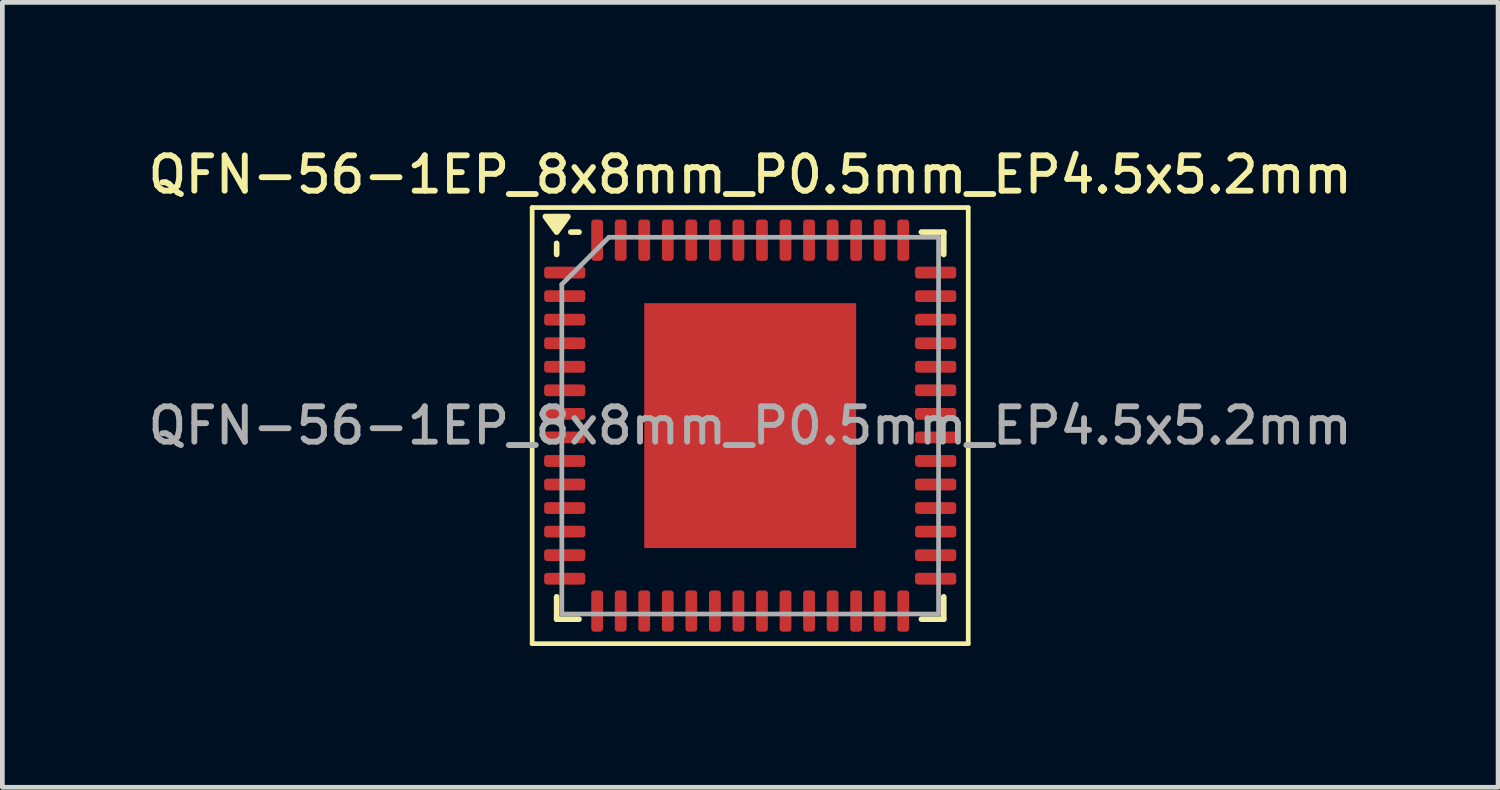
<source format=kicad_pcb>
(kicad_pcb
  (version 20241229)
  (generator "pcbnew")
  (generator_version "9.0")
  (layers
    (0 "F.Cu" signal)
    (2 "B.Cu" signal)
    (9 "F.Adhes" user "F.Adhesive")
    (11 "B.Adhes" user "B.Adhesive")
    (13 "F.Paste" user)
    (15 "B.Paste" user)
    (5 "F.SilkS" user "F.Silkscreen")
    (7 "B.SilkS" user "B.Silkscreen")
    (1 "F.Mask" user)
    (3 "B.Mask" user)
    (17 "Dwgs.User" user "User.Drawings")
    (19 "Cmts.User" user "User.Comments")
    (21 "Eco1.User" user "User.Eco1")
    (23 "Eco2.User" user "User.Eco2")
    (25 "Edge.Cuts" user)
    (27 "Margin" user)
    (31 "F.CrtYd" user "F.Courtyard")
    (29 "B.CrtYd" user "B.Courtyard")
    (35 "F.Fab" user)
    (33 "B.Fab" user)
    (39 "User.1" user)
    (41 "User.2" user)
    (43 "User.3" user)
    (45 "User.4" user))
  (footprint "QFN-56-1EP_8x8mm_P0.5mm_EP4.5x5.2mm"
    (layer "F.Cu")
    (at 12.88 5.988)
    (property "Reference" "QFN-56-1EP_8x8mm_P0.5mm_EP4.5x5.2mm" (at 0 -5.33 0) (layer "F.SilkS") (effects (font (size 0.75 0.75) (thickness 0.125))))
    (attr smd)
    (fp_line (start -4.63 -4.63) (end -4.63 4.63) (stroke (width 0.1) (type solid)) (layer "F.SilkS"))
    (fp_line (start -4.63 4.63) (end 4.63 4.63) (stroke (width 0.1) (type solid)) (layer "F.SilkS"))
    (fp_line (start -4.11 -3.635) (end -4.11 -3.87) (stroke (width 0.12) (type solid)) (layer "F.SilkS"))
    (fp_line (start -4.11 4.11) (end -4.11 3.635) (stroke (width 0.12) (type solid)) (layer "F.SilkS"))
    (fp_line (start -3.635 -4.11) (end -3.81 -4.11) (stroke (width 0.12) (type solid)) (layer "F.SilkS"))
    (fp_line (start -3.635 4.11) (end -4.11 4.11) (stroke (width 0.12) (type solid)) (layer "F.SilkS"))
    (fp_line (start 3.635 -4.11) (end 4.11 -4.11) (stroke (width 0.12) (type solid)) (layer "F.SilkS"))
    (fp_line (start 3.635 4.11) (end 4.11 4.11) (stroke (width 0.12) (type solid)) (layer "F.SilkS"))
    (fp_line (start 4.11 -4.11) (end 4.11 -3.635) (stroke (width 0.12) (type solid)) (layer "F.SilkS"))
    (fp_line (start 4.11 4.11) (end 4.11 3.635) (stroke (width 0.12) (type solid)) (layer "F.SilkS"))
    (fp_line (start 4.63 -4.63) (end -4.63 -4.63) (stroke (width 0.1) (type solid)) (layer "F.SilkS"))
    (fp_line (start 4.63 4.63) (end 4.63 -4.63) (stroke (width 0.1) (type solid)) (layer "F.SilkS"))
    (fp_poly (pts (xy -4.11 -4.11) (xy -4.35 -4.44) (xy -3.87 -4.44) (xy -4.11 -4.11)) (stroke (width 0.12) (type solid)) (fill yes) (layer "F.SilkS"))
    (fp_line (start -4 -3) (end -3 -4) (stroke (width 0.1) (type solid)) (layer "F.Fab"))
    (fp_line (start -4 4) (end -4 -3) (stroke (width 0.1) (type solid)) (layer "F.Fab"))
    (fp_line (start -3 -4) (end 4 -4) (stroke (width 0.1) (type solid)) (layer "F.Fab"))
    (fp_line (start 4 -4) (end 4 4) (stroke (width 0.1) (type solid)) (layer "F.Fab"))
    (fp_line (start 4 4) (end -4 4) (stroke (width 0.1) (type solid)) (layer "F.Fab"))
    (fp_text user "${REFERENCE}" (at 0 0 0) (layer "F.Fab") (effects (font (size 0.75 0.75) (thickness 0.125))))
    (pad "" smd roundrect (at -1.68 -1.95) (size 0.91 1.05) (layers "F.Paste") (roundrect_rratio 0.25))
    (pad "" smd roundrect (at -1.68 -0.65) (size 0.91 1.05) (layers "F.Paste") (roundrect_rratio 0.25))
    (pad "" smd roundrect (at -1.68 0.65) (size 0.91 1.05) (layers "F.Paste") (roundrect_rratio 0.25))
    (pad "" smd roundrect (at -1.68 1.95) (size 0.91 1.05) (layers "F.Paste") (roundrect_rratio 0.25))
    (pad "" smd roundrect (at -0.56 -1.95) (size 0.91 1.05) (layers "F.Paste") (roundrect_rratio 0.25))
    (pad "" smd roundrect (at -0.56 -0.65) (size 0.91 1.05) (layers "F.Paste") (roundrect_rratio 0.25))
    (pad "" smd roundrect (at -0.56 0.65) (size 0.91 1.05) (layers "F.Paste") (roundrect_rratio 0.25))
    (pad "" smd roundrect (at -0.56 1.95) (size 0.91 1.05) (layers "F.Paste") (roundrect_rratio 0.25))
    (pad "" smd roundrect (at 0.56 -1.95) (size 0.91 1.05) (layers "F.Paste") (roundrect_rratio 0.25))
    (pad "" smd roundrect (at 0.56 -0.65) (size 0.91 1.05) (layers "F.Paste") (roundrect_rratio 0.25))
    (pad "" smd roundrect (at 0.56 0.65) (size 0.91 1.05) (layers "F.Paste") (roundrect_rratio 0.25))
    (pad "" smd roundrect (at 0.56 1.95) (size 0.91 1.05) (layers "F.Paste") (roundrect_rratio 0.25))
    (pad "" smd roundrect (at 1.68 -1.95) (size 0.91 1.05) (layers "F.Paste") (roundrect_rratio 0.25))
    (pad "" smd roundrect (at 1.68 -0.65) (size 0.91 1.05) (layers "F.Paste") (roundrect_rratio 0.25))
    (pad "" smd roundrect (at 1.68 0.65) (size 0.91 1.05) (layers "F.Paste") (roundrect_rratio 0.25))
    (pad "" smd roundrect (at 1.68 1.95) (size 0.91 1.05) (layers "F.Paste") (roundrect_rratio 0.25))
    (pad "1" smd roundrect (at -3.938 -3.25) (size 0.875 0.25) (layers "F.Cu" "F.Mask" "F.Paste") (roundrect_rratio 0.25))
    (pad "2" smd roundrect (at -3.938 -2.75) (size 0.875 0.25) (layers "F.Cu" "F.Mask" "F.Paste") (roundrect_rratio 0.25))
    (pad "3" smd roundrect (at -3.938 -2.25) (size 0.875 0.25) (layers "F.Cu" "F.Mask" "F.Paste") (roundrect_rratio 0.25))
    (pad "4" smd roundrect (at -3.938 -1.75) (size 0.875 0.25) (layers "F.Cu" "F.Mask" "F.Paste") (roundrect_rratio 0.25))
    (pad "5" smd roundrect (at -3.938 -1.25) (size 0.875 0.25) (layers "F.Cu" "F.Mask" "F.Paste") (roundrect_rratio 0.25))
    (pad "6" smd roundrect (at -3.938 -0.75) (size 0.875 0.25) (layers "F.Cu" "F.Mask" "F.Paste") (roundrect_rratio 0.25))
    (pad "7" smd roundrect (at -3.938 -0.25) (size 0.875 0.25) (layers "F.Cu" "F.Mask" "F.Paste") (roundrect_rratio 0.25))
    (pad "8" smd roundrect (at -3.938 0.25) (size 0.875 0.25) (layers "F.Cu" "F.Mask" "F.Paste") (roundrect_rratio 0.25))
    (pad "9" smd roundrect (at -3.938 0.75) (size 0.875 0.25) (layers "F.Cu" "F.Mask" "F.Paste") (roundrect_rratio 0.25))
    (pad "10" smd roundrect (at -3.938 1.25) (size 0.875 0.25) (layers "F.Cu" "F.Mask" "F.Paste") (roundrect_rratio 0.25))
    (pad "11" smd roundrect (at -3.938 1.75) (size 0.875 0.25) (layers "F.Cu" "F.Mask" "F.Paste") (roundrect_rratio 0.25))
    (pad "12" smd roundrect (at -3.938 2.25) (size 0.875 0.25) (layers "F.Cu" "F.Mask" "F.Paste") (roundrect_rratio 0.25))
    (pad "13" smd roundrect (at -3.938 2.75) (size 0.875 0.25) (layers "F.Cu" "F.Mask" "F.Paste") (roundrect_rratio 0.25))
    (pad "14" smd roundrect (at -3.938 3.25) (size 0.875 0.25) (layers "F.Cu" "F.Mask" "F.Paste") (roundrect_rratio 0.25))
    (pad "15" smd roundrect (at -3.25 3.938) (size 0.25 0.875) (layers "F.Cu" "F.Mask" "F.Paste") (roundrect_rratio 0.25))
    (pad "16" smd roundrect (at -2.75 3.938) (size 0.25 0.875) (layers "F.Cu" "F.Mask" "F.Paste") (roundrect_rratio 0.25))
    (pad "17" smd roundrect (at -2.25 3.938) (size 0.25 0.875) (layers "F.Cu" "F.Mask" "F.Paste") (roundrect_rratio 0.25))
    (pad "18" smd roundrect (at -1.75 3.938) (size 0.25 0.875) (layers "F.Cu" "F.Mask" "F.Paste") (roundrect_rratio 0.25))
    (pad "19" smd roundrect (at -1.25 3.938) (size 0.25 0.875) (layers "F.Cu" "F.Mask" "F.Paste") (roundrect_rratio 0.25))
    (pad "20" smd roundrect (at -0.75 3.938) (size 0.25 0.875) (layers "F.Cu" "F.Mask" "F.Paste") (roundrect_rratio 0.25))
    (pad "21" smd roundrect (at -0.25 3.938) (size 0.25 0.875) (layers "F.Cu" "F.Mask" "F.Paste") (roundrect_rratio 0.25))
    (pad "22" smd roundrect (at 0.25 3.938) (size 0.25 0.875) (layers "F.Cu" "F.Mask" "F.Paste") (roundrect_rratio 0.25))
    (pad "23" smd roundrect (at 0.75 3.938) (size 0.25 0.875) (layers "F.Cu" "F.Mask" "F.Paste") (roundrect_rratio 0.25))
    (pad "24" smd roundrect (at 1.25 3.938) (size 0.25 0.875) (layers "F.Cu" "F.Mask" "F.Paste") (roundrect_rratio 0.25))
    (pad "25" smd roundrect (at 1.75 3.938) (size 0.25 0.875) (layers "F.Cu" "F.Mask" "F.Paste") (roundrect_rratio 0.25))
    (pad "26" smd roundrect (at 2.25 3.938) (size 0.25 0.875) (layers "F.Cu" "F.Mask" "F.Paste") (roundrect_rratio 0.25))
    (pad "27" smd roundrect (at 2.75 3.938) (size 0.25 0.875) (layers "F.Cu" "F.Mask" "F.Paste") (roundrect_rratio 0.25))
    (pad "28" smd roundrect (at 3.25 3.938) (size 0.25 0.875) (layers "F.Cu" "F.Mask" "F.Paste") (roundrect_rratio 0.25))
    (pad "29" smd roundrect (at 3.938 3.25) (size 0.875 0.25) (layers "F.Cu" "F.Mask" "F.Paste") (roundrect_rratio 0.25))
    (pad "30" smd roundrect (at 3.938 2.75) (size 0.875 0.25) (layers "F.Cu" "F.Mask" "F.Paste") (roundrect_rratio 0.25))
    (pad "31" smd roundrect (at 3.938 2.25) (size 0.875 0.25) (layers "F.Cu" "F.Mask" "F.Paste") (roundrect_rratio 0.25))
    (pad "32" smd roundrect (at 3.938 1.75) (size 0.875 0.25) (layers "F.Cu" "F.Mask" "F.Paste") (roundrect_rratio 0.25))
    (pad "33" smd roundrect (at 3.938 1.25) (size 0.875 0.25) (layers "F.Cu" "F.Mask" "F.Paste") (roundrect_rratio 0.25))
    (pad "34" smd roundrect (at 3.938 0.75) (size 0.875 0.25) (layers "F.Cu" "F.Mask" "F.Paste") (roundrect_rratio 0.25))
    (pad "35" smd roundrect (at 3.938 0.25) (size 0.875 0.25) (layers "F.Cu" "F.Mask" "F.Paste") (roundrect_rratio 0.25))
    (pad "36" smd roundrect (at 3.938 -0.25) (size 0.875 0.25) (layers "F.Cu" "F.Mask" "F.Paste") (roundrect_rratio 0.25))
    (pad "37" smd roundrect (at 3.938 -0.75) (size 0.875 0.25) (layers "F.Cu" "F.Mask" "F.Paste") (roundrect_rratio 0.25))
    (pad "38" smd roundrect (at 3.938 -1.25) (size 0.875 0.25) (layers "F.Cu" "F.Mask" "F.Paste") (roundrect_rratio 0.25))
    (pad "39" smd roundrect (at 3.938 -1.75) (size 0.875 0.25) (layers "F.Cu" "F.Mask" "F.Paste") (roundrect_rratio 0.25))
    (pad "40" smd roundrect (at 3.938 -2.25) (size 0.875 0.25) (layers "F.Cu" "F.Mask" "F.Paste") (roundrect_rratio 0.25))
    (pad "41" smd roundrect (at 3.938 -2.75) (size 0.875 0.25) (layers "F.Cu" "F.Mask" "F.Paste") (roundrect_rratio 0.25))
    (pad "42" smd roundrect (at 3.938 -3.25) (size 0.875 0.25) (layers "F.Cu" "F.Mask" "F.Paste") (roundrect_rratio 0.25))
    (pad "43" smd roundrect (at 3.25 -3.938) (size 0.25 0.875) (layers "F.Cu" "F.Mask" "F.Paste") (roundrect_rratio 0.25))
    (pad "44" smd roundrect (at 2.75 -3.938) (size 0.25 0.875) (layers "F.Cu" "F.Mask" "F.Paste") (roundrect_rratio 0.25))
    (pad "45" smd roundrect (at 2.25 -3.938) (size 0.25 0.875) (layers "F.Cu" "F.Mask" "F.Paste") (roundrect_rratio 0.25))
    (pad "46" smd roundrect (at 1.75 -3.938) (size 0.25 0.875) (layers "F.Cu" "F.Mask" "F.Paste") (roundrect_rratio 0.25))
    (pad "47" smd roundrect (at 1.25 -3.938) (size 0.25 0.875) (layers "F.Cu" "F.Mask" "F.Paste") (roundrect_rratio 0.25))
    (pad "48" smd roundrect (at 0.75 -3.938) (size 0.25 0.875) (layers "F.Cu" "F.Mask" "F.Paste") (roundrect_rratio 0.25))
    (pad "49" smd roundrect (at 0.25 -3.938) (size 0.25 0.875) (layers "F.Cu" "F.Mask" "F.Paste") (roundrect_rratio 0.25))
    (pad "50" smd roundrect (at -0.25 -3.938) (size 0.25 0.875) (layers "F.Cu" "F.Mask" "F.Paste") (roundrect_rratio 0.25))
    (pad "51" smd roundrect (at -0.75 -3.938) (size 0.25 0.875) (layers "F.Cu" "F.Mask" "F.Paste") (roundrect_rratio 0.25))
    (pad "52" smd roundrect (at -1.25 -3.938) (size 0.25 0.875) (layers "F.Cu" "F.Mask" "F.Paste") (roundrect_rratio 0.25))
    (pad "53" smd roundrect (at -1.75 -3.938) (size 0.25 0.875) (layers "F.Cu" "F.Mask" "F.Paste") (roundrect_rratio 0.25))
    (pad "54" smd roundrect (at -2.25 -3.938) (size 0.25 0.875) (layers "F.Cu" "F.Mask" "F.Paste") (roundrect_rratio 0.25))
    (pad "55" smd roundrect (at -2.75 -3.938) (size 0.25 0.875) (layers "F.Cu" "F.Mask" "F.Paste") (roundrect_rratio 0.25))
    (pad "56" smd roundrect (at -3.25 -3.938) (size 0.25 0.875) (layers "F.Cu" "F.Mask" "F.Paste") (roundrect_rratio 0.25))
    (pad "57" smd rect (at 0 0) (size 4.5 5.2) (property pad_prop_heatsink) (layers "F.Cu" "F.Mask")))
  (gr_rect
    (start -3 -3)
    (end 28.761 13.668)
    (stroke (width 0.1) (type default))
    (fill no)
    (layer "Edge.Cuts")))
</source>
